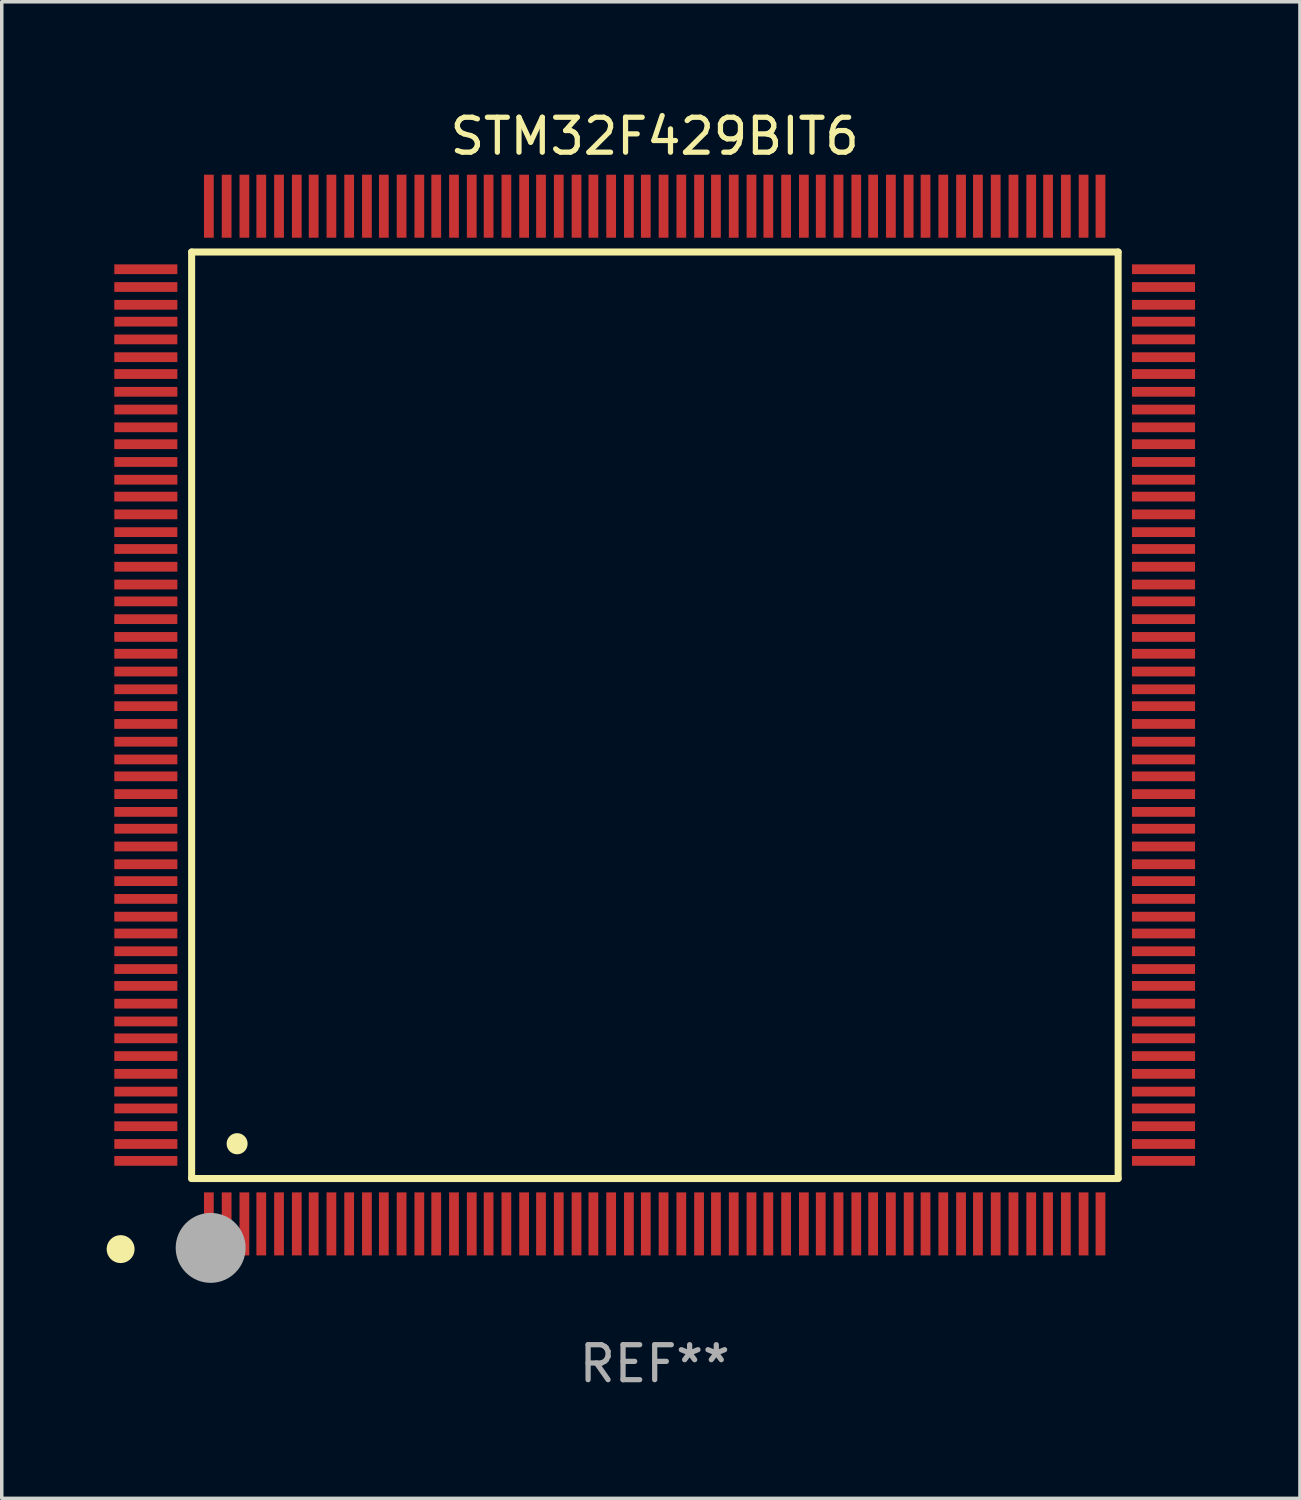
<source format=kicad_pcb>
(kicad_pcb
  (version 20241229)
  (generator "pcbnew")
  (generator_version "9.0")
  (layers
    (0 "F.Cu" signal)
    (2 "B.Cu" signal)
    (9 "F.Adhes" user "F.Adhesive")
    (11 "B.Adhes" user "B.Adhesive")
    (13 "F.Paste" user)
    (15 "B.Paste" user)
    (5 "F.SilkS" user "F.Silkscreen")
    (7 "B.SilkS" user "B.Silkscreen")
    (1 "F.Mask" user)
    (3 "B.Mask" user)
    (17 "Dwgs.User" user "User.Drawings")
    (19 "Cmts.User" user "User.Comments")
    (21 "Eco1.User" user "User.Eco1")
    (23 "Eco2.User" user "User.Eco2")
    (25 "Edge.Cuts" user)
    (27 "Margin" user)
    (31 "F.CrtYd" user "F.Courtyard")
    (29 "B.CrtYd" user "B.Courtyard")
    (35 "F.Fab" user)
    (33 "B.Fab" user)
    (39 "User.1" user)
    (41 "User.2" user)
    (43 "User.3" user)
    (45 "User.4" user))
  (footprint "STM32F429BIT6"
    (layer "F.Cu")
    (at 15.675 17.402)
    (property "Reference" "STM32F429BIT6" (at 0 -16.554 0) (layer "F.SilkS") (effects (font (size 1 1) (thickness 0.15))))
    (attr through_hole)
    (fp_line (start -13.244 -13.244) (end -13.244 13.256) (stroke (width 0.201) (type solid)) (layer "F.SilkS"))
    (fp_line (start -13.244 13.256) (end 13.256 13.256) (stroke (width 0.201) (type solid)) (layer "F.SilkS"))
    (fp_line (start 13.256 -13.244) (end -13.244 -13.244) (stroke (width 0.201) (type solid)) (layer "F.SilkS"))
    (fp_line (start 13.256 13.256) (end 13.256 -13.244) (stroke (width 0.201) (type solid)) (layer "F.SilkS"))
    (fp_arc (start -13.268987 14.90983) (mid -13.268992 14.90856) (end -13.268987 14.90729) (stroke (width 0.299721) (type solid)) (layer "F.SilkS"))
    (fp_arc (start -11.943104 12.263145) (mid -11.943115 12.260605) (end -11.943104 12.258065) (stroke (width 0.599441) (type solid)) (layer "F.SilkS"))
    (fp_circle (center -15.275 15.275) (end -15.075 15.275) (stroke (width 0.4) (type solid)) (fill no) (layer "F.SilkS"))
    (fp_circle (center -12.7 15.24) (end -12.2 15.24) (stroke (width 1) (type solid)) (fill no) (layer "F.Fab"))
    (fp_text user "REF**" (at 0 18.554 0) (layer "F.Fab") (effects (font (size 1 1) (thickness 0.15))))
    (pad "1" smd rect (at -12.751 14.554 180) (size 0.279 1.803) (layers "F.Cu" "F.Mask" "F.Paste"))
    (pad "2" smd rect (at -12.243 14.554 180) (size 0.279 1.803) (layers "F.Cu" "F.Mask" "F.Paste"))
    (pad "3" smd rect (at -11.735 14.554 180) (size 0.279 1.803) (layers "F.Cu" "F.Mask" "F.Paste"))
    (pad "4" smd rect (at -11.252 14.554 180) (size 0.279 1.803) (layers "F.Cu" "F.Mask" "F.Paste"))
    (pad "5" smd rect (at -10.744 14.554 180) (size 0.279 1.803) (layers "F.Cu" "F.Mask" "F.Paste"))
    (pad "6" smd rect (at -10.236 14.554 180) (size 0.279 1.803) (layers "F.Cu" "F.Mask" "F.Paste"))
    (pad "7" smd rect (at -9.754 14.554 180) (size 0.279 1.803) (layers "F.Cu" "F.Mask" "F.Paste"))
    (pad "8" smd rect (at -9.246 14.554 180) (size 0.279 1.803) (layers "F.Cu" "F.Mask" "F.Paste"))
    (pad "9" smd rect (at -8.738 14.554 180) (size 0.279 1.803) (layers "F.Cu" "F.Mask" "F.Paste"))
    (pad "10" smd rect (at -8.23 14.554 180) (size 0.279 1.803) (layers "F.Cu" "F.Mask" "F.Paste"))
    (pad "11" smd rect (at -7.747 14.554 180) (size 0.279 1.803) (layers "F.Cu" "F.Mask" "F.Paste"))
    (pad "12" smd rect (at -7.239 14.554 180) (size 0.279 1.803) (layers "F.Cu" "F.Mask" "F.Paste"))
    (pad "13" smd rect (at -6.731 14.554 180) (size 0.279 1.803) (layers "F.Cu" "F.Mask" "F.Paste"))
    (pad "14" smd rect (at -6.248 14.554 180) (size 0.279 1.803) (layers "F.Cu" "F.Mask" "F.Paste"))
    (pad "15" smd rect (at -5.74 14.554 180) (size 0.279 1.803) (layers "F.Cu" "F.Mask" "F.Paste"))
    (pad "16" smd rect (at -5.232 14.554 180) (size 0.279 1.803) (layers "F.Cu" "F.Mask" "F.Paste"))
    (pad "17" smd rect (at -4.75 14.554 180) (size 0.279 1.803) (layers "F.Cu" "F.Mask" "F.Paste"))
    (pad "18" smd rect (at -4.242 14.554 180) (size 0.279 1.803) (layers "F.Cu" "F.Mask" "F.Paste"))
    (pad "19" smd rect (at -3.734 14.554 180) (size 0.279 1.803) (layers "F.Cu" "F.Mask" "F.Paste"))
    (pad "20" smd rect (at -3.251 14.554 180) (size 0.279 1.803) (layers "F.Cu" "F.Mask" "F.Paste"))
    (pad "21" smd rect (at -2.743 14.554 180) (size 0.279 1.803) (layers "F.Cu" "F.Mask" "F.Paste"))
    (pad "22" smd rect (at -2.235 14.554 180) (size 0.279 1.803) (layers "F.Cu" "F.Mask" "F.Paste"))
    (pad "23" smd rect (at -1.753 14.554 180) (size 0.279 1.803) (layers "F.Cu" "F.Mask" "F.Paste"))
    (pad "24" smd rect (at -1.245 14.554 180) (size 0.279 1.803) (layers "F.Cu" "F.Mask" "F.Paste"))
    (pad "25" smd rect (at -0.737 14.554 180) (size 0.279 1.803) (layers "F.Cu" "F.Mask" "F.Paste"))
    (pad "26" smd rect (at -0.254 14.554 180) (size 0.279 1.803) (layers "F.Cu" "F.Mask" "F.Paste"))
    (pad "27" smd rect (at 0.254 14.554 180) (size 0.279 1.803) (layers "F.Cu" "F.Mask" "F.Paste"))
    (pad "28" smd rect (at 0.762 14.554 180) (size 0.279 1.803) (layers "F.Cu" "F.Mask" "F.Paste"))
    (pad "29" smd rect (at 1.27 14.554 180) (size 0.279 1.803) (layers "F.Cu" "F.Mask" "F.Paste"))
    (pad "30" smd rect (at 1.753 14.554 180) (size 0.279 1.803) (layers "F.Cu" "F.Mask" "F.Paste"))
    (pad "31" smd rect (at 2.261 14.554 180) (size 0.279 1.803) (layers "F.Cu" "F.Mask" "F.Paste"))
    (pad "32" smd rect (at 2.769 14.554 180) (size 0.279 1.803) (layers "F.Cu" "F.Mask" "F.Paste"))
    (pad "33" smd rect (at 3.251 14.554 180) (size 0.279 1.803) (layers "F.Cu" "F.Mask" "F.Paste"))
    (pad "34" smd rect (at 3.759 14.554 180) (size 0.279 1.803) (layers "F.Cu" "F.Mask" "F.Paste"))
    (pad "35" smd rect (at 4.267 14.554 180) (size 0.279 1.803) (layers "F.Cu" "F.Mask" "F.Paste"))
    (pad "36" smd rect (at 4.75 14.554 180) (size 0.279 1.803) (layers "F.Cu" "F.Mask" "F.Paste"))
    (pad "37" smd rect (at 5.258 14.554 180) (size 0.279 1.803) (layers "F.Cu" "F.Mask" "F.Paste"))
    (pad "38" smd rect (at 5.766 14.554 180) (size 0.279 1.803) (layers "F.Cu" "F.Mask" "F.Paste"))
    (pad "39" smd rect (at 6.248 14.554 180) (size 0.279 1.803) (layers "F.Cu" "F.Mask" "F.Paste"))
    (pad "40" smd rect (at 6.756 14.554 180) (size 0.279 1.803) (layers "F.Cu" "F.Mask" "F.Paste"))
    (pad "41" smd rect (at 7.264 14.554 180) (size 0.279 1.803) (layers "F.Cu" "F.Mask" "F.Paste"))
    (pad "42" smd rect (at 7.747 14.554 180) (size 0.279 1.803) (layers "F.Cu" "F.Mask" "F.Paste"))
    (pad "43" smd rect (at 8.255 14.554 180) (size 0.279 1.803) (layers "F.Cu" "F.Mask" "F.Paste"))
    (pad "44" smd rect (at 8.763 14.554 180) (size 0.279 1.803) (layers "F.Cu" "F.Mask" "F.Paste"))
    (pad "45" smd rect (at 9.246 14.554 180) (size 0.279 1.803) (layers "F.Cu" "F.Mask" "F.Paste"))
    (pad "46" smd rect (at 9.754 14.554 180) (size 0.279 1.803) (layers "F.Cu" "F.Mask" "F.Paste"))
    (pad "47" smd rect (at 10.262 14.554 180) (size 0.279 1.803) (layers "F.Cu" "F.Mask" "F.Paste"))
    (pad "48" smd rect (at 10.77 14.554 180) (size 0.279 1.803) (layers "F.Cu" "F.Mask" "F.Paste"))
    (pad "49" smd rect (at 11.252 14.554 180) (size 0.279 1.803) (layers "F.Cu" "F.Mask" "F.Paste"))
    (pad "50" smd rect (at 11.76 14.554 180) (size 0.279 1.803) (layers "F.Cu" "F.Mask" "F.Paste"))
    (pad "51" smd rect (at 12.268 14.554 180) (size 0.279 1.803) (layers "F.Cu" "F.Mask" "F.Paste"))
    (pad "52" smd rect (at 12.751 14.554 180) (size 0.279 1.803) (layers "F.Cu" "F.Mask" "F.Paste"))
    (pad "53" smd rect (at 14.554 12.751 90) (size 0.279 1.803) (layers "F.Cu" "F.Mask" "F.Paste"))
    (pad "54" smd rect (at 14.554 12.268 90) (size 0.279 1.803) (layers "F.Cu" "F.Mask" "F.Paste"))
    (pad "55" smd rect (at 14.554 11.76 90) (size 0.279 1.803) (layers "F.Cu" "F.Mask" "F.Paste"))
    (pad "56" smd rect (at 14.554 11.252 90) (size 0.279 1.803) (layers "F.Cu" "F.Mask" "F.Paste"))
    (pad "57" smd rect (at 14.554 10.77 90) (size 0.279 1.803) (layers "F.Cu" "F.Mask" "F.Paste"))
    (pad "58" smd rect (at 14.554 10.262 90) (size 0.279 1.803) (layers "F.Cu" "F.Mask" "F.Paste"))
    (pad "59" smd rect (at 14.554 9.754 90) (size 0.279 1.803) (layers "F.Cu" "F.Mask" "F.Paste"))
    (pad "60" smd rect (at 14.554 9.246 90) (size 0.279 1.803) (layers "F.Cu" "F.Mask" "F.Paste"))
    (pad "61" smd rect (at 14.554 8.763 90) (size 0.279 1.803) (layers "F.Cu" "F.Mask" "F.Paste"))
    (pad "62" smd rect (at 14.554 8.255 90) (size 0.279 1.803) (layers "F.Cu" "F.Mask" "F.Paste"))
    (pad "63" smd rect (at 14.554 7.747 90) (size 0.279 1.803) (layers "F.Cu" "F.Mask" "F.Paste"))
    (pad "64" smd rect (at 14.554 7.264 90) (size 0.279 1.803) (layers "F.Cu" "F.Mask" "F.Paste"))
    (pad "65" smd rect (at 14.554 6.756 90) (size 0.279 1.803) (layers "F.Cu" "F.Mask" "F.Paste"))
    (pad "66" smd rect (at 14.554 6.248 90) (size 0.279 1.803) (layers "F.Cu" "F.Mask" "F.Paste"))
    (pad "67" smd rect (at 14.554 5.766 90) (size 0.279 1.803) (layers "F.Cu" "F.Mask" "F.Paste"))
    (pad "68" smd rect (at 14.554 5.258 90) (size 0.279 1.803) (layers "F.Cu" "F.Mask" "F.Paste"))
    (pad "69" smd rect (at 14.554 4.75 90) (size 0.279 1.803) (layers "F.Cu" "F.Mask" "F.Paste"))
    (pad "70" smd rect (at 14.554 4.267 90) (size 0.279 1.803) (layers "F.Cu" "F.Mask" "F.Paste"))
    (pad "71" smd rect (at 14.554 3.759 90) (size 0.279 1.803) (layers "F.Cu" "F.Mask" "F.Paste"))
    (pad "72" smd rect (at 14.554 3.251 90) (size 0.279 1.803) (layers "F.Cu" "F.Mask" "F.Paste"))
    (pad "73" smd rect (at 14.554 2.769 90) (size 0.279 1.803) (layers "F.Cu" "F.Mask" "F.Paste"))
    (pad "74" smd rect (at 14.554 2.261 90) (size 0.279 1.803) (layers "F.Cu" "F.Mask" "F.Paste"))
    (pad "75" smd rect (at 14.554 1.753 90) (size 0.279 1.803) (layers "F.Cu" "F.Mask" "F.Paste"))
    (pad "76" smd rect (at 14.554 1.27 90) (size 0.279 1.803) (layers "F.Cu" "F.Mask" "F.Paste"))
    (pad "77" smd rect (at 14.554 0.762 90) (size 0.279 1.803) (layers "F.Cu" "F.Mask" "F.Paste"))
    (pad "78" smd rect (at 14.554 0.254 90) (size 0.279 1.803) (layers "F.Cu" "F.Mask" "F.Paste"))
    (pad "79" smd rect (at 14.554 -0.254 90) (size 0.279 1.803) (layers "F.Cu" "F.Mask" "F.Paste"))
    (pad "80" smd rect (at 14.554 -0.737 90) (size 0.279 1.803) (layers "F.Cu" "F.Mask" "F.Paste"))
    (pad "81" smd rect (at 14.554 -1.245 90) (size 0.279 1.803) (layers "F.Cu" "F.Mask" "F.Paste"))
    (pad "82" smd rect (at 14.554 -1.753 90) (size 0.279 1.803) (layers "F.Cu" "F.Mask" "F.Paste"))
    (pad "83" smd rect (at 14.554 -2.235 90) (size 0.279 1.803) (layers "F.Cu" "F.Mask" "F.Paste"))
    (pad "84" smd rect (at 14.554 -2.743 90) (size 0.279 1.803) (layers "F.Cu" "F.Mask" "F.Paste"))
    (pad "85" smd rect (at 14.554 -3.251 90) (size 0.279 1.803) (layers "F.Cu" "F.Mask" "F.Paste"))
    (pad "86" smd rect (at 14.554 -3.734 90) (size 0.279 1.803) (layers "F.Cu" "F.Mask" "F.Paste"))
    (pad "87" smd rect (at 14.554 -4.242 90) (size 0.279 1.803) (layers "F.Cu" "F.Mask" "F.Paste"))
    (pad "88" smd rect (at 14.554 -4.75 90) (size 0.279 1.803) (layers "F.Cu" "F.Mask" "F.Paste"))
    (pad "89" smd rect (at 14.554 -5.232 90) (size 0.279 1.803) (layers "F.Cu" "F.Mask" "F.Paste"))
    (pad "90" smd rect (at 14.554 -5.74 90) (size 0.279 1.803) (layers "F.Cu" "F.Mask" "F.Paste"))
    (pad "91" smd rect (at 14.554 -6.248 90) (size 0.279 1.803) (layers "F.Cu" "F.Mask" "F.Paste"))
    (pad "92" smd rect (at 14.554 -6.731 90) (size 0.279 1.803) (layers "F.Cu" "F.Mask" "F.Paste"))
    (pad "93" smd rect (at 14.554 -7.239 90) (size 0.279 1.803) (layers "F.Cu" "F.Mask" "F.Paste"))
    (pad "94" smd rect (at 14.554 -7.747 90) (size 0.279 1.803) (layers "F.Cu" "F.Mask" "F.Paste"))
    (pad "95" smd rect (at 14.554 -8.23 90) (size 0.279 1.803) (layers "F.Cu" "F.Mask" "F.Paste"))
    (pad "96" smd rect (at 14.554 -8.738 90) (size 0.279 1.803) (layers "F.Cu" "F.Mask" "F.Paste"))
    (pad "97" smd rect (at 14.554 -9.246 90) (size 0.279 1.803) (layers "F.Cu" "F.Mask" "F.Paste"))
    (pad "98" smd rect (at 14.554 -9.754 90) (size 0.279 1.803) (layers "F.Cu" "F.Mask" "F.Paste"))
    (pad "99" smd rect (at 14.554 -10.236 90) (size 0.279 1.803) (layers "F.Cu" "F.Mask" "F.Paste"))
    (pad "100" smd rect (at 14.554 -10.744 90) (size 0.279 1.803) (layers "F.Cu" "F.Mask" "F.Paste"))
    (pad "101" smd rect (at 14.554 -11.252 90) (size 0.279 1.803) (layers "F.Cu" "F.Mask" "F.Paste"))
    (pad "102" smd rect (at 14.554 -11.735 90) (size 0.279 1.803) (layers "F.Cu" "F.Mask" "F.Paste"))
    (pad "103" smd rect (at 14.554 -12.243 90) (size 0.279 1.803) (layers "F.Cu" "F.Mask" "F.Paste"))
    (pad "104" smd rect (at 14.554 -12.751 90) (size 0.279 1.803) (layers "F.Cu" "F.Mask" "F.Paste"))
    (pad "105" smd rect (at 12.751 -14.554 180) (size 0.279 1.803) (layers "F.Cu" "F.Mask" "F.Paste"))
    (pad "106" smd rect (at 12.268 -14.554 180) (size 0.279 1.803) (layers "F.Cu" "F.Mask" "F.Paste"))
    (pad "107" smd rect (at 11.76 -14.554 180) (size 0.279 1.803) (layers "F.Cu" "F.Mask" "F.Paste"))
    (pad "108" smd rect (at 11.252 -14.554 180) (size 0.279 1.803) (layers "F.Cu" "F.Mask" "F.Paste"))
    (pad "109" smd rect (at 10.77 -14.554 180) (size 0.279 1.803) (layers "F.Cu" "F.Mask" "F.Paste"))
    (pad "110" smd rect (at 10.262 -14.554 180) (size 0.279 1.803) (layers "F.Cu" "F.Mask" "F.Paste"))
    (pad "111" smd rect (at 9.754 -14.554 180) (size 0.279 1.803) (layers "F.Cu" "F.Mask" "F.Paste"))
    (pad "112" smd rect (at 9.246 -14.554 180) (size 0.279 1.803) (layers "F.Cu" "F.Mask" "F.Paste"))
    (pad "113" smd rect (at 8.763 -14.554 180) (size 0.279 1.803) (layers "F.Cu" "F.Mask" "F.Paste"))
    (pad "114" smd rect (at 8.255 -14.554 180) (size 0.279 1.803) (layers "F.Cu" "F.Mask" "F.Paste"))
    (pad "115" smd rect (at 7.747 -14.554 180) (size 0.279 1.803) (layers "F.Cu" "F.Mask" "F.Paste"))
    (pad "116" smd rect (at 7.264 -14.554 180) (size 0.279 1.803) (layers "F.Cu" "F.Mask" "F.Paste"))
    (pad "117" smd rect (at 6.756 -14.554 180) (size 0.279 1.803) (layers "F.Cu" "F.Mask" "F.Paste"))
    (pad "118" smd rect (at 6.248 -14.554 180) (size 0.279 1.803) (layers "F.Cu" "F.Mask" "F.Paste"))
    (pad "119" smd rect (at 5.766 -14.554 180) (size 0.279 1.803) (layers "F.Cu" "F.Mask" "F.Paste"))
    (pad "120" smd rect (at 5.258 -14.554 180) (size 0.279 1.803) (layers "F.Cu" "F.Mask" "F.Paste"))
    (pad "121" smd rect (at 4.75 -14.554 180) (size 0.279 1.803) (layers "F.Cu" "F.Mask" "F.Paste"))
    (pad "122" smd rect (at 4.267 -14.554 180) (size 0.279 1.803) (layers "F.Cu" "F.Mask" "F.Paste"))
    (pad "123" smd rect (at 3.759 -14.554 180) (size 0.279 1.803) (layers "F.Cu" "F.Mask" "F.Paste"))
    (pad "124" smd rect (at 3.251 -14.554 180) (size 0.279 1.803) (layers "F.Cu" "F.Mask" "F.Paste"))
    (pad "125" smd rect (at 2.769 -14.554 180) (size 0.279 1.803) (layers "F.Cu" "F.Mask" "F.Paste"))
    (pad "126" smd rect (at 2.261 -14.554 180) (size 0.279 1.803) (layers "F.Cu" "F.Mask" "F.Paste"))
    (pad "127" smd rect (at 1.753 -14.554 180) (size 0.279 1.803) (layers "F.Cu" "F.Mask" "F.Paste"))
    (pad "128" smd rect (at 1.27 -14.554 180) (size 0.279 1.803) (layers "F.Cu" "F.Mask" "F.Paste"))
    (pad "129" smd rect (at 0.762 -14.554 180) (size 0.279 1.803) (layers "F.Cu" "F.Mask" "F.Paste"))
    (pad "130" smd rect (at 0.254 -14.554 180) (size 0.279 1.803) (layers "F.Cu" "F.Mask" "F.Paste"))
    (pad "131" smd rect (at -0.254 -14.554 180) (size 0.279 1.803) (layers "F.Cu" "F.Mask" "F.Paste"))
    (pad "132" smd rect (at -0.737 -14.554 180) (size 0.279 1.803) (layers "F.Cu" "F.Mask" "F.Paste"))
    (pad "133" smd rect (at -1.245 -14.554 180) (size 0.279 1.803) (layers "F.Cu" "F.Mask" "F.Paste"))
    (pad "134" smd rect (at -1.753 -14.554 180) (size 0.279 1.803) (layers "F.Cu" "F.Mask" "F.Paste"))
    (pad "135" smd rect (at -2.235 -14.554 180) (size 0.279 1.803) (layers "F.Cu" "F.Mask" "F.Paste"))
    (pad "136" smd rect (at -2.743 -14.554 180) (size 0.279 1.803) (layers "F.Cu" "F.Mask" "F.Paste"))
    (pad "137" smd rect (at -3.251 -14.554 180) (size 0.279 1.803) (layers "F.Cu" "F.Mask" "F.Paste"))
    (pad "138" smd rect (at -3.734 -14.554 180) (size 0.279 1.803) (layers "F.Cu" "F.Mask" "F.Paste"))
    (pad "139" smd rect (at -4.242 -14.554 180) (size 0.279 1.803) (layers "F.Cu" "F.Mask" "F.Paste"))
    (pad "140" smd rect (at -4.75 -14.554 180) (size 0.279 1.803) (layers "F.Cu" "F.Mask" "F.Paste"))
    (pad "141" smd rect (at -5.232 -14.554 180) (size 0.279 1.803) (layers "F.Cu" "F.Mask" "F.Paste"))
    (pad "142" smd rect (at -5.74 -14.554 180) (size 0.279 1.803) (layers "F.Cu" "F.Mask" "F.Paste"))
    (pad "143" smd rect (at -6.248 -14.554 180) (size 0.279 1.803) (layers "F.Cu" "F.Mask" "F.Paste"))
    (pad "144" smd rect (at -6.731 -14.554 180) (size 0.279 1.803) (layers "F.Cu" "F.Mask" "F.Paste"))
    (pad "145" smd rect (at -7.239 -14.554 180) (size 0.279 1.803) (layers "F.Cu" "F.Mask" "F.Paste"))
    (pad "146" smd rect (at -7.747 -14.554 180) (size 0.279 1.803) (layers "F.Cu" "F.Mask" "F.Paste"))
    (pad "147" smd rect (at -8.23 -14.554 180) (size 0.279 1.803) (layers "F.Cu" "F.Mask" "F.Paste"))
    (pad "148" smd rect (at -8.738 -14.554 180) (size 0.279 1.803) (layers "F.Cu" "F.Mask" "F.Paste"))
    (pad "149" smd rect (at -9.246 -14.554 180) (size 0.279 1.803) (layers "F.Cu" "F.Mask" "F.Paste"))
    (pad "150" smd rect (at -9.754 -14.554 180) (size 0.279 1.803) (layers "F.Cu" "F.Mask" "F.Paste"))
    (pad "151" smd rect (at -10.236 -14.554 180) (size 0.279 1.803) (layers "F.Cu" "F.Mask" "F.Paste"))
    (pad "152" smd rect (at -10.744 -14.554 180) (size 0.279 1.803) (layers "F.Cu" "F.Mask" "F.Paste"))
    (pad "153" smd rect (at -11.252 -14.554 180) (size 0.279 1.803) (layers "F.Cu" "F.Mask" "F.Paste"))
    (pad "154" smd rect (at -11.735 -14.554 180) (size 0.279 1.803) (layers "F.Cu" "F.Mask" "F.Paste"))
    (pad "155" smd rect (at -12.243 -14.554 180) (size 0.279 1.803) (layers "F.Cu" "F.Mask" "F.Paste"))
    (pad "156" smd rect (at -12.751 -14.554 180) (size 0.279 1.803) (layers "F.Cu" "F.Mask" "F.Paste"))
    (pad "157" smd rect (at -14.554 -12.751 90) (size 0.279 1.803) (layers "F.Cu" "F.Mask" "F.Paste"))
    (pad "158" smd rect (at -14.554 -12.243 90) (size 0.279 1.803) (layers "F.Cu" "F.Mask" "F.Paste"))
    (pad "159" smd rect (at -14.554 -11.735 90) (size 0.279 1.803) (layers "F.Cu" "F.Mask" "F.Paste"))
    (pad "160" smd rect (at -14.554 -11.252 90) (size 0.279 1.803) (layers "F.Cu" "F.Mask" "F.Paste"))
    (pad "161" smd rect (at -14.554 -10.744 90) (size 0.279 1.803) (layers "F.Cu" "F.Mask" "F.Paste"))
    (pad "162" smd rect (at -14.554 -10.236 90) (size 0.279 1.803) (layers "F.Cu" "F.Mask" "F.Paste"))
    (pad "163" smd rect (at -14.554 -9.754 90) (size 0.279 1.803) (layers "F.Cu" "F.Mask" "F.Paste"))
    (pad "164" smd rect (at -14.554 -9.246 90) (size 0.279 1.803) (layers "F.Cu" "F.Mask" "F.Paste"))
    (pad "165" smd rect (at -14.554 -8.738 90) (size 0.279 1.803) (layers "F.Cu" "F.Mask" "F.Paste"))
    (pad "166" smd rect (at -14.554 -8.23 90) (size 0.279 1.803) (layers "F.Cu" "F.Mask" "F.Paste"))
    (pad "167" smd rect (at -14.554 -7.747 90) (size 0.279 1.803) (layers "F.Cu" "F.Mask" "F.Paste"))
    (pad "168" smd rect (at -14.554 -7.239 90) (size 0.279 1.803) (layers "F.Cu" "F.Mask" "F.Paste"))
    (pad "169" smd rect (at -14.554 -6.731 90) (size 0.279 1.803) (layers "F.Cu" "F.Mask" "F.Paste"))
    (pad "170" smd rect (at -14.554 -6.248 90) (size 0.279 1.803) (layers "F.Cu" "F.Mask" "F.Paste"))
    (pad "171" smd rect (at -14.554 -5.74 90) (size 0.279 1.803) (layers "F.Cu" "F.Mask" "F.Paste"))
    (pad "172" smd rect (at -14.554 -5.232 90) (size 0.279 1.803) (layers "F.Cu" "F.Mask" "F.Paste"))
    (pad "173" smd rect (at -14.554 -4.75 90) (size 0.279 1.803) (layers "F.Cu" "F.Mask" "F.Paste"))
    (pad "174" smd rect (at -14.554 -4.242 90) (size 0.279 1.803) (layers "F.Cu" "F.Mask" "F.Paste"))
    (pad "175" smd rect (at -14.554 -3.734 90) (size 0.279 1.803) (layers "F.Cu" "F.Mask" "F.Paste"))
    (pad "176" smd rect (at -14.554 -3.251 90) (size 0.279 1.803) (layers "F.Cu" "F.Mask" "F.Paste"))
    (pad "177" smd rect (at -14.554 -2.743 90) (size 0.279 1.803) (layers "F.Cu" "F.Mask" "F.Paste"))
    (pad "178" smd rect (at -14.554 -2.235 90) (size 0.279 1.803) (layers "F.Cu" "F.Mask" "F.Paste"))
    (pad "179" smd rect (at -14.554 -1.753 90) (size 0.279 1.803) (layers "F.Cu" "F.Mask" "F.Paste"))
    (pad "180" smd rect (at -14.554 -1.245 90) (size 0.279 1.803) (layers "F.Cu" "F.Mask" "F.Paste"))
    (pad "181" smd rect (at -14.554 -0.737 90) (size 0.279 1.803) (layers "F.Cu" "F.Mask" "F.Paste"))
    (pad "182" smd rect (at -14.554 -0.254 90) (size 0.279 1.803) (layers "F.Cu" "F.Mask" "F.Paste"))
    (pad "183" smd rect (at -14.554 0.254 90) (size 0.279 1.803) (layers "F.Cu" "F.Mask" "F.Paste"))
    (pad "184" smd rect (at -14.554 0.762 90) (size 0.279 1.803) (layers "F.Cu" "F.Mask" "F.Paste"))
    (pad "185" smd rect (at -14.554 1.27 90) (size 0.279 1.803) (layers "F.Cu" "F.Mask" "F.Paste"))
    (pad "186" smd rect (at -14.554 1.753 90) (size 0.279 1.803) (layers "F.Cu" "F.Mask" "F.Paste"))
    (pad "187" smd rect (at -14.554 2.261 90) (size 0.279 1.803) (layers "F.Cu" "F.Mask" "F.Paste"))
    (pad "188" smd rect (at -14.554 2.769 90) (size 0.279 1.803) (layers "F.Cu" "F.Mask" "F.Paste"))
    (pad "189" smd rect (at -14.554 3.251 90) (size 0.279 1.803) (layers "F.Cu" "F.Mask" "F.Paste"))
    (pad "190" smd rect (at -14.554 3.759 90) (size 0.279 1.803) (layers "F.Cu" "F.Mask" "F.Paste"))
    (pad "191" smd rect (at -14.554 4.267 90) (size 0.279 1.803) (layers "F.Cu" "F.Mask" "F.Paste"))
    (pad "192" smd rect (at -14.554 4.75 90) (size 0.279 1.803) (layers "F.Cu" "F.Mask" "F.Paste"))
    (pad "193" smd rect (at -14.554 5.258 90) (size 0.279 1.803) (layers "F.Cu" "F.Mask" "F.Paste"))
    (pad "194" smd rect (at -14.554 5.766 90) (size 0.279 1.803) (layers "F.Cu" "F.Mask" "F.Paste"))
    (pad "195" smd rect (at -14.554 6.248 90) (size 0.279 1.803) (layers "F.Cu" "F.Mask" "F.Paste"))
    (pad "196" smd rect (at -14.554 6.756 90) (size 0.279 1.803) (layers "F.Cu" "F.Mask" "F.Paste"))
    (pad "197" smd rect (at -14.554 7.264 90) (size 0.279 1.803) (layers "F.Cu" "F.Mask" "F.Paste"))
    (pad "198" smd rect (at -14.554 7.747 90) (size 0.279 1.803) (layers "F.Cu" "F.Mask" "F.Paste"))
    (pad "199" smd rect (at -14.554 8.255 90) (size 0.279 1.803) (layers "F.Cu" "F.Mask" "F.Paste"))
    (pad "200" smd rect (at -14.554 8.763 90) (size 0.279 1.803) (layers "F.Cu" "F.Mask" "F.Paste"))
    (pad "201" smd rect (at -14.554 9.246 90) (size 0.279 1.803) (layers "F.Cu" "F.Mask" "F.Paste"))
    (pad "202" smd rect (at -14.554 9.754 90) (size 0.279 1.803) (layers "F.Cu" "F.Mask" "F.Paste"))
    (pad "203" smd rect (at -14.554 10.262 90) (size 0.279 1.803) (layers "F.Cu" "F.Mask" "F.Paste"))
    (pad "204" smd rect (at -14.554 10.77 90) (size 0.279 1.803) (layers "F.Cu" "F.Mask" "F.Paste"))
    (pad "205" smd rect (at -14.554 11.252 90) (size 0.279 1.803) (layers "F.Cu" "F.Mask" "F.Paste"))
    (pad "206" smd rect (at -14.554 11.76 90) (size 0.279 1.803) (layers "F.Cu" "F.Mask" "F.Paste"))
    (pad "207" smd rect (at -14.554 12.268 90) (size 0.279 1.803) (layers "F.Cu" "F.Mask" "F.Paste"))
    (pad "208" smd rect (at -14.554 12.751 90) (size 0.279 1.803) (layers "F.Cu" "F.Mask" "F.Paste")))
  (gr_rect
    (start -3 -3)
    (end 34.131 39.805)
    (stroke (width 0.1) (type default))
    (fill no)
    (layer "Edge.Cuts")))
</source>
